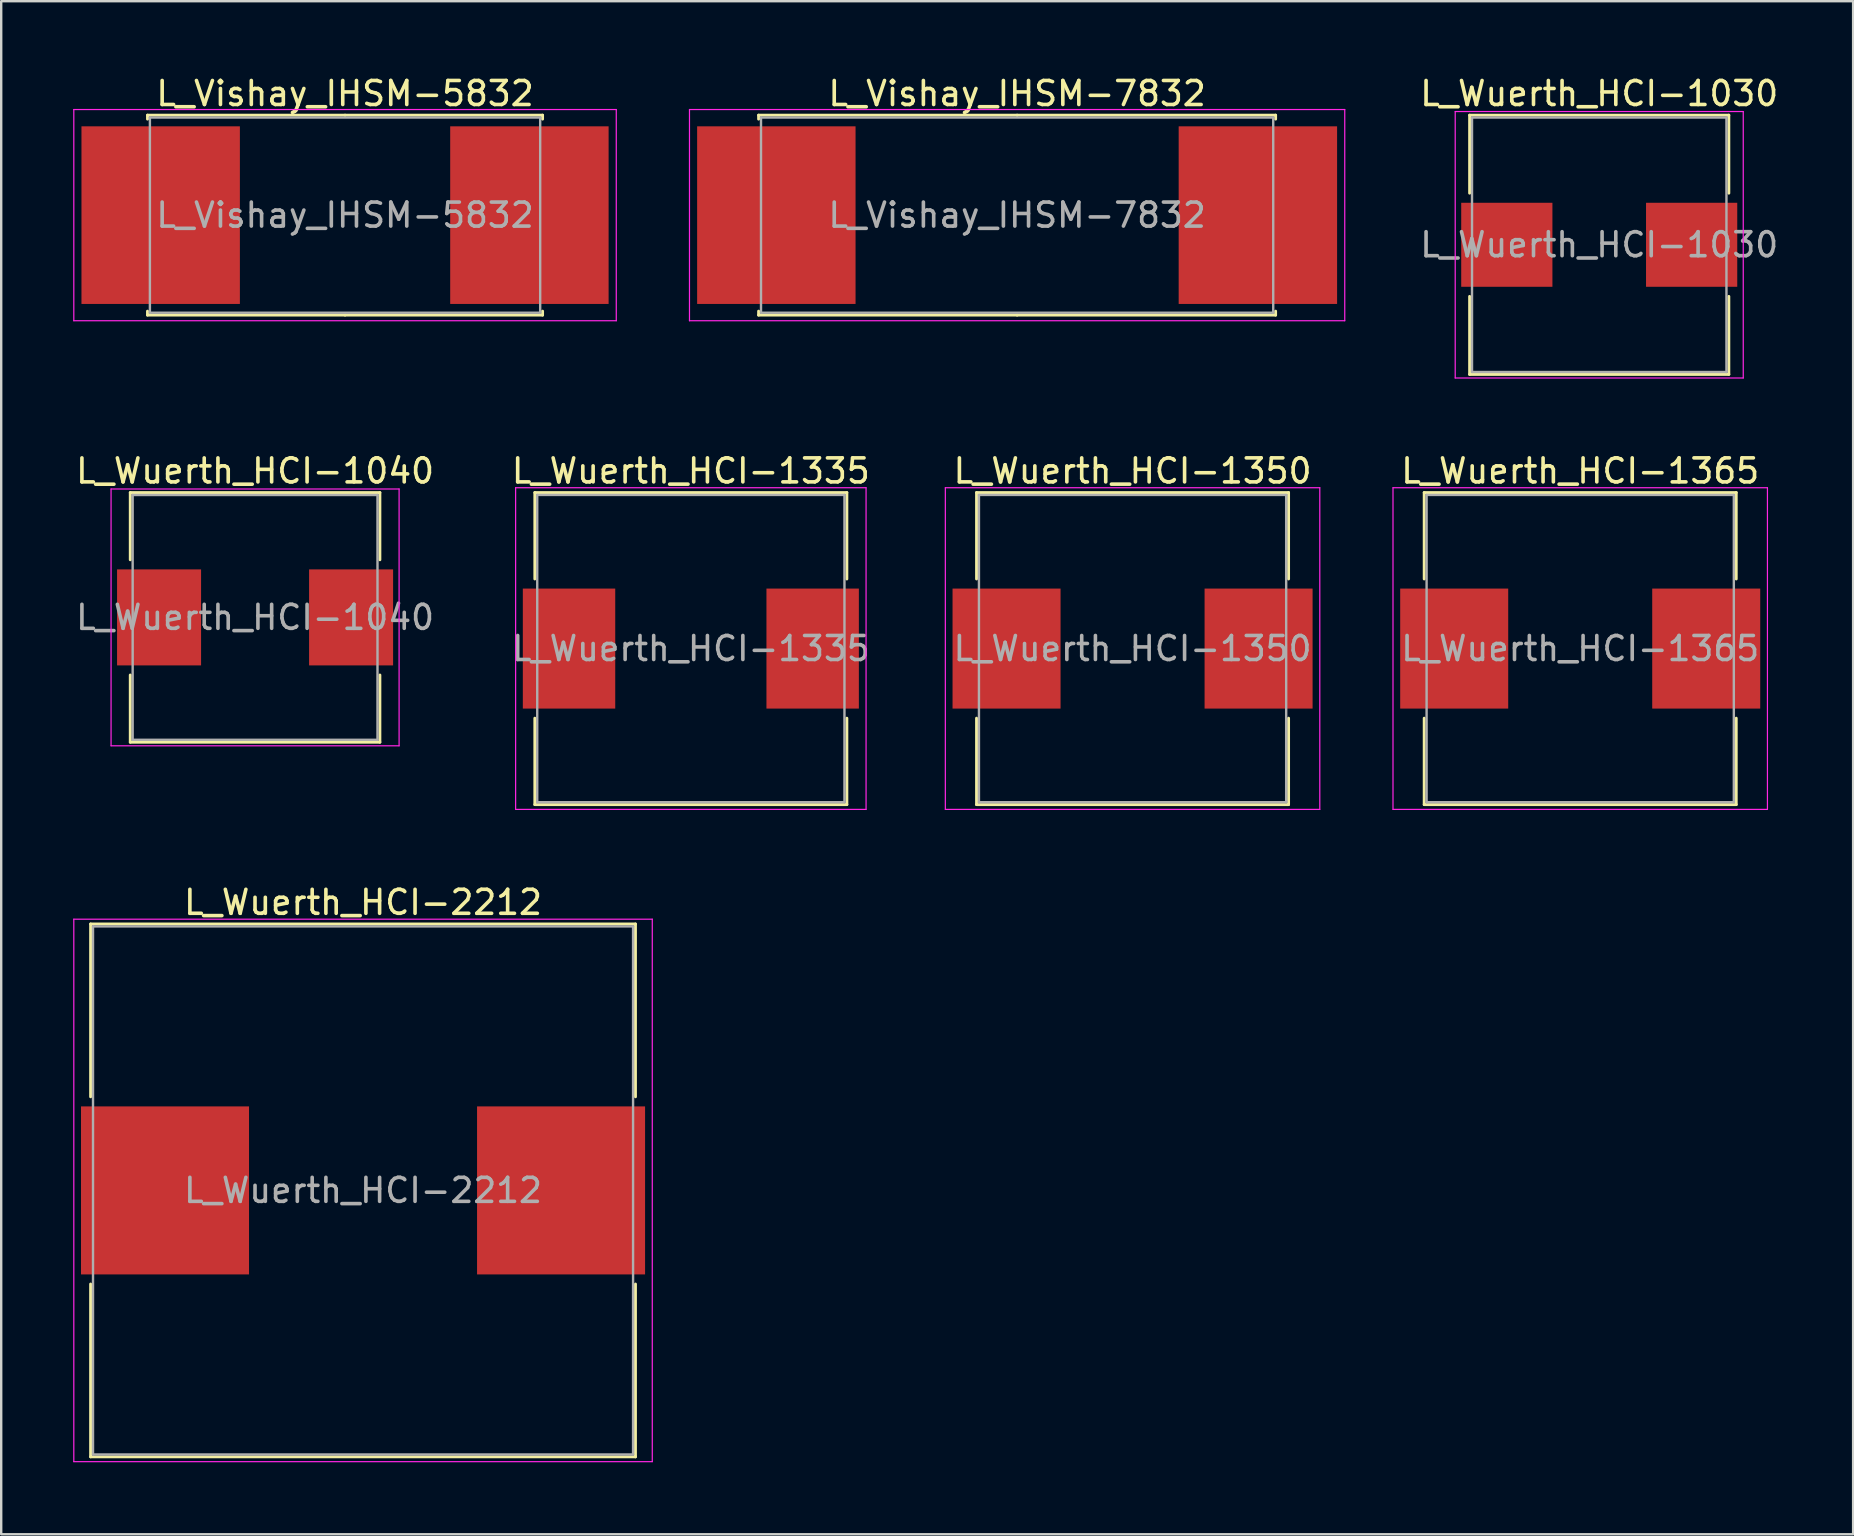
<source format=kicad_pcb>
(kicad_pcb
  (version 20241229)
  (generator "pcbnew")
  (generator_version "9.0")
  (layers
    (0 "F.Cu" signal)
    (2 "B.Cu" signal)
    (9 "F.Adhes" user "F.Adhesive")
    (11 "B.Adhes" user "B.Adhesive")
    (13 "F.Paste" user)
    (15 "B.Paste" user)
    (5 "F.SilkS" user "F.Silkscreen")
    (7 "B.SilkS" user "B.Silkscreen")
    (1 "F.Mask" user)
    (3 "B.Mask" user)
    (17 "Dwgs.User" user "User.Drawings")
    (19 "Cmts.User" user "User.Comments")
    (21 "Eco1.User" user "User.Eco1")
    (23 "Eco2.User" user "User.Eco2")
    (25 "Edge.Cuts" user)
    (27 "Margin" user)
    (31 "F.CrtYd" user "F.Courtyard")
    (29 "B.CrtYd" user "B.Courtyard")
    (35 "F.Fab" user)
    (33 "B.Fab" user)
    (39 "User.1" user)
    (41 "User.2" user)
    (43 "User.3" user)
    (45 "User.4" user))
  (footprint "L_Wuerth_HCI-1350"
    (layer "F.Cu")
    (at 44.135 23.971)
    (property "Reference" "L_Wuerth_HCI-1350" (at 0 -7.4 0) (layer "F.SilkS") (effects (font (size 1 1) (thickness 0.15))))
    (attr smd)
    (fp_line (start -6.5 -6.5) (end 6.5 -6.5) (stroke (width 0.12) (type solid)) (layer "F.SilkS"))
    (fp_line (start -6.5 -2.9) (end -6.5 -6.5) (stroke (width 0.12) (type solid)) (layer "F.SilkS"))
    (fp_line (start -6.5 2.9) (end -6.5 6.5) (stroke (width 0.12) (type solid)) (layer "F.SilkS"))
    (fp_line (start -6.5 6.5) (end 6.5 6.5) (stroke (width 0.12) (type solid)) (layer "F.SilkS"))
    (fp_line (start 6.5 -6.5) (end 6.5 -2.9) (stroke (width 0.12) (type solid)) (layer "F.SilkS"))
    (fp_line (start 6.5 6.5) (end 6.5 2.9) (stroke (width 0.12) (type solid)) (layer "F.SilkS"))
    (fp_line (start -7.8 -6.7) (end -7.8 6.7) (stroke (width 0.05) (type solid)) (layer "F.CrtYd"))
    (fp_line (start -7.8 6.7) (end 7.8 6.7) (stroke (width 0.05) (type solid)) (layer "F.CrtYd"))
    (fp_line (start 7.8 -6.7) (end -7.8 -6.7) (stroke (width 0.05) (type solid)) (layer "F.CrtYd"))
    (fp_line (start 7.8 6.7) (end 7.8 -6.7) (stroke (width 0.05) (type solid)) (layer "F.CrtYd"))
    (fp_line (start -6.4 -6.4) (end -6.4 6.4) (stroke (width 0.1) (type solid)) (layer "F.Fab"))
    (fp_line (start -6.4 6.4) (end 6.4 6.4) (stroke (width 0.1) (type solid)) (layer "F.Fab"))
    (fp_line (start 6.4 -6.4) (end -6.4 -6.4) (stroke (width 0.1) (type solid)) (layer "F.Fab"))
    (fp_line (start 6.4 6.4) (end 6.4 -6.4) (stroke (width 0.1) (type solid)) (layer "F.Fab"))
    (fp_text user "${REFERENCE}" (at 0 0 0) (layer "F.Fab") (effects (font (size 1 1) (thickness 0.15))))
    (pad "1" smd rect (at -5.25 0) (size 4.5 5) (layers "F.Cu" "F.Mask" "F.Paste"))
    (pad "2" smd rect (at 5.25 0) (size 4.5 5) (layers "F.Cu" "F.Mask" "F.Paste")))
  (footprint "L_Vishay_IHSM-5832"
    (layer "F.Cu")
    (at 11.325 5.913)
    (property "Reference" "L_Vishay_IHSM-5832" (at 0 -5.065 0) (layer "F.SilkS") (effects (font (size 1 1) (thickness 0.15))))
    (attr smd)
    (fp_line (start -8.23 -4.165) (end 0 -4.165) (stroke (width 0.12) (type solid)) (layer "F.SilkS"))
    (fp_line (start -8.23 -4) (end -8.23 -4.165) (stroke (width 0.12) (type solid)) (layer "F.SilkS"))
    (fp_line (start -8.23 4) (end -8.23 4.165) (stroke (width 0.12) (type solid)) (layer "F.SilkS"))
    (fp_line (start -8.23 4.165) (end 0 4.165) (stroke (width 0.12) (type solid)) (layer "F.SilkS"))
    (fp_line (start 8.23 -4.165) (end 0 -4.165) (stroke (width 0.12) (type solid)) (layer "F.SilkS"))
    (fp_line (start 8.23 -4) (end 8.23 -4.165) (stroke (width 0.12) (type solid)) (layer "F.SilkS"))
    (fp_line (start 8.23 4) (end 8.23 4.165) (stroke (width 0.12) (type solid)) (layer "F.SilkS"))
    (fp_line (start 8.23 4.165) (end 0 4.165) (stroke (width 0.12) (type solid)) (layer "F.SilkS"))
    (fp_line (start -11.3 -4.4) (end -11.3 4.4) (stroke (width 0.05) (type solid)) (layer "F.CrtYd"))
    (fp_line (start -11.3 4.4) (end 11.3 4.4) (stroke (width 0.05) (type solid)) (layer "F.CrtYd"))
    (fp_line (start 11.3 -4.4) (end -11.3 -4.4) (stroke (width 0.05) (type solid)) (layer "F.CrtYd"))
    (fp_line (start 11.3 4.4) (end 11.3 -4.4) (stroke (width 0.05) (type solid)) (layer "F.CrtYd"))
    (fp_line (start -8.13 -4.065) (end -8.13 4.065) (stroke (width 0.1) (type solid)) (layer "F.Fab"))
    (fp_line (start -8.13 4.065) (end 8.13 4.065) (stroke (width 0.1) (type solid)) (layer "F.Fab"))
    (fp_line (start 8.13 -4.065) (end -8.13 -4.065) (stroke (width 0.1) (type solid)) (layer "F.Fab"))
    (fp_line (start 8.13 4.065) (end 8.13 -4.065) (stroke (width 0.1) (type solid)) (layer "F.Fab"))
    (fp_text user "${REFERENCE}" (at 0 0 0) (layer "F.Fab") (effects (font (size 1 1) (thickness 0.15))))
    (pad "1" smd rect (at -7.681 0) (size 6.6 7.4) (layers "F.Cu" "F.Mask" "F.Paste"))
    (pad "2" smd rect (at 7.681 0) (size 6.6 7.4) (layers "F.Cu" "F.Mask" "F.Paste")))
  (footprint "L_Wuerth_HCI-1335"
    (layer "F.Cu")
    (at 25.732 23.971)
    (property "Reference" "L_Wuerth_HCI-1335" (at 0 -7.4 0) (layer "F.SilkS") (effects (font (size 1 1) (thickness 0.15))))
    (attr smd)
    (fp_line (start -6.5 -6.5) (end 6.5 -6.5) (stroke (width 0.12) (type solid)) (layer "F.SilkS"))
    (fp_line (start -6.5 -2.9) (end -6.5 -6.5) (stroke (width 0.12) (type solid)) (layer "F.SilkS"))
    (fp_line (start -6.5 2.9) (end -6.5 6.5) (stroke (width 0.12) (type solid)) (layer "F.SilkS"))
    (fp_line (start -6.5 6.5) (end 6.5 6.5) (stroke (width 0.12) (type solid)) (layer "F.SilkS"))
    (fp_line (start 6.5 -6.5) (end 6.5 -2.9) (stroke (width 0.12) (type solid)) (layer "F.SilkS"))
    (fp_line (start 6.5 6.5) (end 6.5 2.9) (stroke (width 0.12) (type solid)) (layer "F.SilkS"))
    (fp_line (start -7.3 -6.7) (end -7.3 6.7) (stroke (width 0.05) (type solid)) (layer "F.CrtYd"))
    (fp_line (start -7.3 6.7) (end 7.3 6.7) (stroke (width 0.05) (type solid)) (layer "F.CrtYd"))
    (fp_line (start 7.3 -6.7) (end -7.3 -6.7) (stroke (width 0.05) (type solid)) (layer "F.CrtYd"))
    (fp_line (start 7.3 6.7) (end 7.3 -6.7) (stroke (width 0.05) (type solid)) (layer "F.CrtYd"))
    (fp_line (start -6.4 -6.4) (end -6.4 6.4) (stroke (width 0.1) (type solid)) (layer "F.Fab"))
    (fp_line (start -6.4 6.4) (end 6.4 6.4) (stroke (width 0.1) (type solid)) (layer "F.Fab"))
    (fp_line (start 6.4 -6.4) (end -6.4 -6.4) (stroke (width 0.1) (type solid)) (layer "F.Fab"))
    (fp_line (start 6.4 6.4) (end 6.4 -6.4) (stroke (width 0.1) (type solid)) (layer "F.Fab"))
    (fp_text user "${REFERENCE}" (at 0 0 0) (layer "F.Fab") (effects (font (size 1 1) (thickness 0.15))))
    (pad "1" smd rect (at -5.075 0) (size 3.85 5) (layers "F.Cu" "F.Mask" "F.Paste"))
    (pad "2" smd rect (at 5.075 0) (size 3.85 5) (layers "F.Cu" "F.Mask" "F.Paste")))
  (footprint "L_Wuerth_HCI-2212"
    (layer "F.Cu")
    (at 12.075 46.545)
    (property "Reference" "L_Wuerth_HCI-2212" (at 0 -12 0) (layer "F.SilkS") (effects (font (size 1 1) (thickness 0.15))))
    (attr smd)
    (fp_line (start -11.35 -11.1) (end 11.35 -11.1) (stroke (width 0.12) (type solid)) (layer "F.SilkS"))
    (fp_line (start -11.35 -3.9) (end -11.35 -11.1) (stroke (width 0.12) (type solid)) (layer "F.SilkS"))
    (fp_line (start -11.35 3.9) (end -11.35 11.1) (stroke (width 0.12) (type solid)) (layer "F.SilkS"))
    (fp_line (start -11.35 11.1) (end 11.35 11.1) (stroke (width 0.12) (type solid)) (layer "F.SilkS"))
    (fp_line (start 11.35 -11.1) (end 11.35 -3.9) (stroke (width 0.12) (type solid)) (layer "F.SilkS"))
    (fp_line (start 11.35 11.1) (end 11.35 3.9) (stroke (width 0.12) (type solid)) (layer "F.SilkS"))
    (fp_line (start -12.05 -11.3) (end -12.05 11.3) (stroke (width 0.05) (type solid)) (layer "F.CrtYd"))
    (fp_line (start -12.05 11.3) (end 12.05 11.3) (stroke (width 0.05) (type solid)) (layer "F.CrtYd"))
    (fp_line (start 12.05 -11.3) (end -12.05 -11.3) (stroke (width 0.05) (type solid)) (layer "F.CrtYd"))
    (fp_line (start 12.05 11.3) (end 12.05 -11.3) (stroke (width 0.05) (type solid)) (layer "F.CrtYd"))
    (fp_line (start -11.25 -11) (end -11.25 11) (stroke (width 0.1) (type solid)) (layer "F.Fab"))
    (fp_line (start -11.25 11) (end 11.25 11) (stroke (width 0.1) (type solid)) (layer "F.Fab"))
    (fp_line (start 11.25 -11) (end -11.25 -11) (stroke (width 0.1) (type solid)) (layer "F.Fab"))
    (fp_line (start 11.25 11) (end 11.25 -11) (stroke (width 0.1) (type solid)) (layer "F.Fab"))
    (fp_text user "${REFERENCE}" (at 0 0 0) (layer "F.Fab") (effects (font (size 1 1) (thickness 0.15))))
    (pad "1" smd rect (at -8.25 0) (size 7 7) (layers "F.Cu" "F.Mask" "F.Paste"))
    (pad "2" smd rect (at 8.25 0) (size 7 7) (layers "F.Cu" "F.Mask" "F.Paste")))
  (footprint "L_Wuerth_HCI-1030"
    (layer "F.Cu")
    (at 63.577 7.148)
    (property "Reference" "L_Wuerth_HCI-1030" (at 0 -6.3 0) (layer "F.SilkS") (effects (font (size 1 1) (thickness 0.15))))
    (attr smd)
    (fp_line (start -5.4 -5.4) (end 5.4 -5.4) (stroke (width 0.12) (type solid)) (layer "F.SilkS"))
    (fp_line (start -5.4 -2.15) (end -5.4 -5.4) (stroke (width 0.12) (type solid)) (layer "F.SilkS"))
    (fp_line (start -5.4 2.15) (end -5.4 5.4) (stroke (width 0.12) (type solid)) (layer "F.SilkS"))
    (fp_line (start -5.4 5.4) (end 5.4 5.4) (stroke (width 0.12) (type solid)) (layer "F.SilkS"))
    (fp_line (start 5.4 -5.4) (end 5.4 -2.15) (stroke (width 0.12) (type solid)) (layer "F.SilkS"))
    (fp_line (start 5.4 5.4) (end 5.4 2.15) (stroke (width 0.12) (type solid)) (layer "F.SilkS"))
    (fp_line (start -6 -5.55) (end -6 5.55) (stroke (width 0.05) (type solid)) (layer "F.CrtYd"))
    (fp_line (start -6 5.55) (end 6 5.55) (stroke (width 0.05) (type solid)) (layer "F.CrtYd"))
    (fp_line (start 6 -5.55) (end -6 -5.55) (stroke (width 0.05) (type solid)) (layer "F.CrtYd"))
    (fp_line (start 6 5.55) (end 6 -5.55) (stroke (width 0.05) (type solid)) (layer "F.CrtYd"))
    (fp_line (start -5.3 -5.3) (end -5.3 5.3) (stroke (width 0.1) (type solid)) (layer "F.Fab"))
    (fp_line (start -5.3 5.3) (end 5.3 5.3) (stroke (width 0.1) (type solid)) (layer "F.Fab"))
    (fp_line (start 5.3 -5.3) (end -5.3 -5.3) (stroke (width 0.1) (type solid)) (layer "F.Fab"))
    (fp_line (start 5.3 5.3) (end 5.3 -5.3) (stroke (width 0.1) (type solid)) (layer "F.Fab"))
    (fp_text user "${REFERENCE}" (at 0 0 0) (layer "F.Fab") (effects (font (size 1 1) (thickness 0.15))))
    (pad "1" smd rect (at -3.85 0) (size 3.8 3.5) (layers "F.Cu" "F.Mask" "F.Paste"))
    (pad "2" smd rect (at 3.85 0) (size 3.8 3.5) (layers "F.Cu" "F.Mask" "F.Paste")))
  (footprint "L_Vishay_IHSM-7832"
    (layer "F.Cu")
    (at 39.325 5.913)
    (property "Reference" "L_Vishay_IHSM-7832" (at 0 -5.065 0) (layer "F.SilkS") (effects (font (size 1 1) (thickness 0.15))))
    (attr smd)
    (fp_line (start -10.77 -4.165) (end 0 -4.165) (stroke (width 0.12) (type solid)) (layer "F.SilkS"))
    (fp_line (start -10.77 -4) (end -10.77 -4.165) (stroke (width 0.12) (type solid)) (layer "F.SilkS"))
    (fp_line (start -10.77 4) (end -10.77 4.165) (stroke (width 0.12) (type solid)) (layer "F.SilkS"))
    (fp_line (start -10.77 4.165) (end 0 4.165) (stroke (width 0.12) (type solid)) (layer "F.SilkS"))
    (fp_line (start 10.77 -4.165) (end 0 -4.165) (stroke (width 0.12) (type solid)) (layer "F.SilkS"))
    (fp_line (start 10.77 -4) (end 10.77 -4.165) (stroke (width 0.12) (type solid)) (layer "F.SilkS"))
    (fp_line (start 10.77 4) (end 10.77 4.165) (stroke (width 0.12) (type solid)) (layer "F.SilkS"))
    (fp_line (start 10.77 4.165) (end 0 4.165) (stroke (width 0.12) (type solid)) (layer "F.SilkS"))
    (fp_line (start -13.65 -4.4) (end -13.65 4.4) (stroke (width 0.05) (type solid)) (layer "F.CrtYd"))
    (fp_line (start -13.65 4.4) (end 13.65 4.4) (stroke (width 0.05) (type solid)) (layer "F.CrtYd"))
    (fp_line (start 13.65 -4.4) (end -13.65 -4.4) (stroke (width 0.05) (type solid)) (layer "F.CrtYd"))
    (fp_line (start 13.65 4.4) (end 13.65 -4.4) (stroke (width 0.05) (type solid)) (layer "F.CrtYd"))
    (fp_line (start -10.67 -4.065) (end -10.67 4.065) (stroke (width 0.1) (type solid)) (layer "F.Fab"))
    (fp_line (start -10.67 4.065) (end 10.67 4.065) (stroke (width 0.1) (type solid)) (layer "F.Fab"))
    (fp_line (start 10.67 -4.065) (end -10.67 -4.065) (stroke (width 0.1) (type solid)) (layer "F.Fab"))
    (fp_line (start 10.67 4.065) (end 10.67 -4.065) (stroke (width 0.1) (type solid)) (layer "F.Fab"))
    (fp_text user "${REFERENCE}" (at 0 0 0) (layer "F.Fab") (effects (font (size 1 1) (thickness 0.15))))
    (pad "1" smd rect (at -10.031 0) (size 6.6 7.4) (layers "F.Cu" "F.Mask" "F.Paste"))
    (pad "2" smd rect (at 10.031 0) (size 6.6 7.4) (layers "F.Cu" "F.Mask" "F.Paste")))
  (footprint "L_Wuerth_HCI-1040"
    (layer "F.Cu")
    (at 7.577 22.672)
    (property "Reference" "L_Wuerth_HCI-1040" (at 0 -6.1 0) (layer "F.SilkS") (effects (font (size 1 1) (thickness 0.15))))
    (attr smd)
    (fp_line (start -5.2 -5.2) (end 5.2 -5.2) (stroke (width 0.12) (type solid)) (layer "F.SilkS"))
    (fp_line (start -5.2 -2.4) (end -5.2 -5.2) (stroke (width 0.12) (type solid)) (layer "F.SilkS"))
    (fp_line (start -5.2 2.4) (end -5.2 5.2) (stroke (width 0.12) (type solid)) (layer "F.SilkS"))
    (fp_line (start -5.2 5.2) (end 5.2 5.2) (stroke (width 0.12) (type solid)) (layer "F.SilkS"))
    (fp_line (start 5.2 -5.2) (end 5.2 -2.4) (stroke (width 0.12) (type solid)) (layer "F.SilkS"))
    (fp_line (start 5.2 5.2) (end 5.2 2.4) (stroke (width 0.12) (type solid)) (layer "F.SilkS"))
    (fp_line (start -6 -5.35) (end -6 5.35) (stroke (width 0.05) (type solid)) (layer "F.CrtYd"))
    (fp_line (start -6 5.35) (end 6 5.35) (stroke (width 0.05) (type solid)) (layer "F.CrtYd"))
    (fp_line (start 6 -5.35) (end -6 -5.35) (stroke (width 0.05) (type solid)) (layer "F.CrtYd"))
    (fp_line (start 6 5.35) (end 6 -5.35) (stroke (width 0.05) (type solid)) (layer "F.CrtYd"))
    (fp_line (start -5.1 -5.1) (end -5.1 5.1) (stroke (width 0.1) (type solid)) (layer "F.Fab"))
    (fp_line (start -5.1 5.1) (end 5.1 5.1) (stroke (width 0.1) (type solid)) (layer "F.Fab"))
    (fp_line (start 5.1 -5.1) (end -5.1 -5.1) (stroke (width 0.1) (type solid)) (layer "F.Fab"))
    (fp_line (start 5.1 5.1) (end 5.1 -5.1) (stroke (width 0.1) (type solid)) (layer "F.Fab"))
    (fp_text user "${REFERENCE}" (at 0 0 0) (layer "F.Fab") (effects (font (size 1 1) (thickness 0.15))))
    (pad "1" smd rect (at -4 0) (size 3.5 4) (layers "F.Cu" "F.Mask" "F.Paste"))
    (pad "2" smd rect (at 4 0) (size 3.5 4) (layers "F.Cu" "F.Mask" "F.Paste")))
  (footprint "L_Wuerth_HCI-1365"
    (layer "F.Cu")
    (at 62.785 23.971)
    (property "Reference" "L_Wuerth_HCI-1365" (at 0 -7.4 0) (layer "F.SilkS") (effects (font (size 1 1) (thickness 0.15))))
    (attr smd)
    (fp_line (start -6.5 -6.5) (end 6.5 -6.5) (stroke (width 0.12) (type solid)) (layer "F.SilkS"))
    (fp_line (start -6.5 -2.9) (end -6.5 -6.5) (stroke (width 0.12) (type solid)) (layer "F.SilkS"))
    (fp_line (start -6.5 2.9) (end -6.5 6.5) (stroke (width 0.12) (type solid)) (layer "F.SilkS"))
    (fp_line (start -6.5 6.5) (end 6.5 6.5) (stroke (width 0.12) (type solid)) (layer "F.SilkS"))
    (fp_line (start 6.5 -6.5) (end 6.5 -2.9) (stroke (width 0.12) (type solid)) (layer "F.SilkS"))
    (fp_line (start 6.5 6.5) (end 6.5 2.9) (stroke (width 0.12) (type solid)) (layer "F.SilkS"))
    (fp_line (start -7.8 -6.7) (end -7.8 6.7) (stroke (width 0.05) (type solid)) (layer "F.CrtYd"))
    (fp_line (start -7.8 6.7) (end 7.8 6.7) (stroke (width 0.05) (type solid)) (layer "F.CrtYd"))
    (fp_line (start 7.8 -6.7) (end -7.8 -6.7) (stroke (width 0.05) (type solid)) (layer "F.CrtYd"))
    (fp_line (start 7.8 6.7) (end 7.8 -6.7) (stroke (width 0.05) (type solid)) (layer "F.CrtYd"))
    (fp_line (start -6.4 -6.4) (end -6.4 6.4) (stroke (width 0.1) (type solid)) (layer "F.Fab"))
    (fp_line (start -6.4 6.4) (end 6.4 6.4) (stroke (width 0.1) (type solid)) (layer "F.Fab"))
    (fp_line (start 6.4 -6.4) (end -6.4 -6.4) (stroke (width 0.1) (type solid)) (layer "F.Fab"))
    (fp_line (start 6.4 6.4) (end 6.4 -6.4) (stroke (width 0.1) (type solid)) (layer "F.Fab"))
    (fp_text user "${REFERENCE}" (at 0 0 0) (layer "F.Fab") (effects (font (size 1 1) (thickness 0.15))))
    (pad "1" smd rect (at -5.25 0) (size 4.5 5) (layers "F.Cu" "F.Mask" "F.Paste"))
    (pad "2" smd rect (at 5.25 0) (size 4.5 5) (layers "F.Cu" "F.Mask" "F.Paste")))
  (gr_rect
    (start -3 -3)
    (end 74.155 60.87)
    (stroke (width 0.1) (type default))
    (fill no)
    (layer "Edge.Cuts")))
</source>
